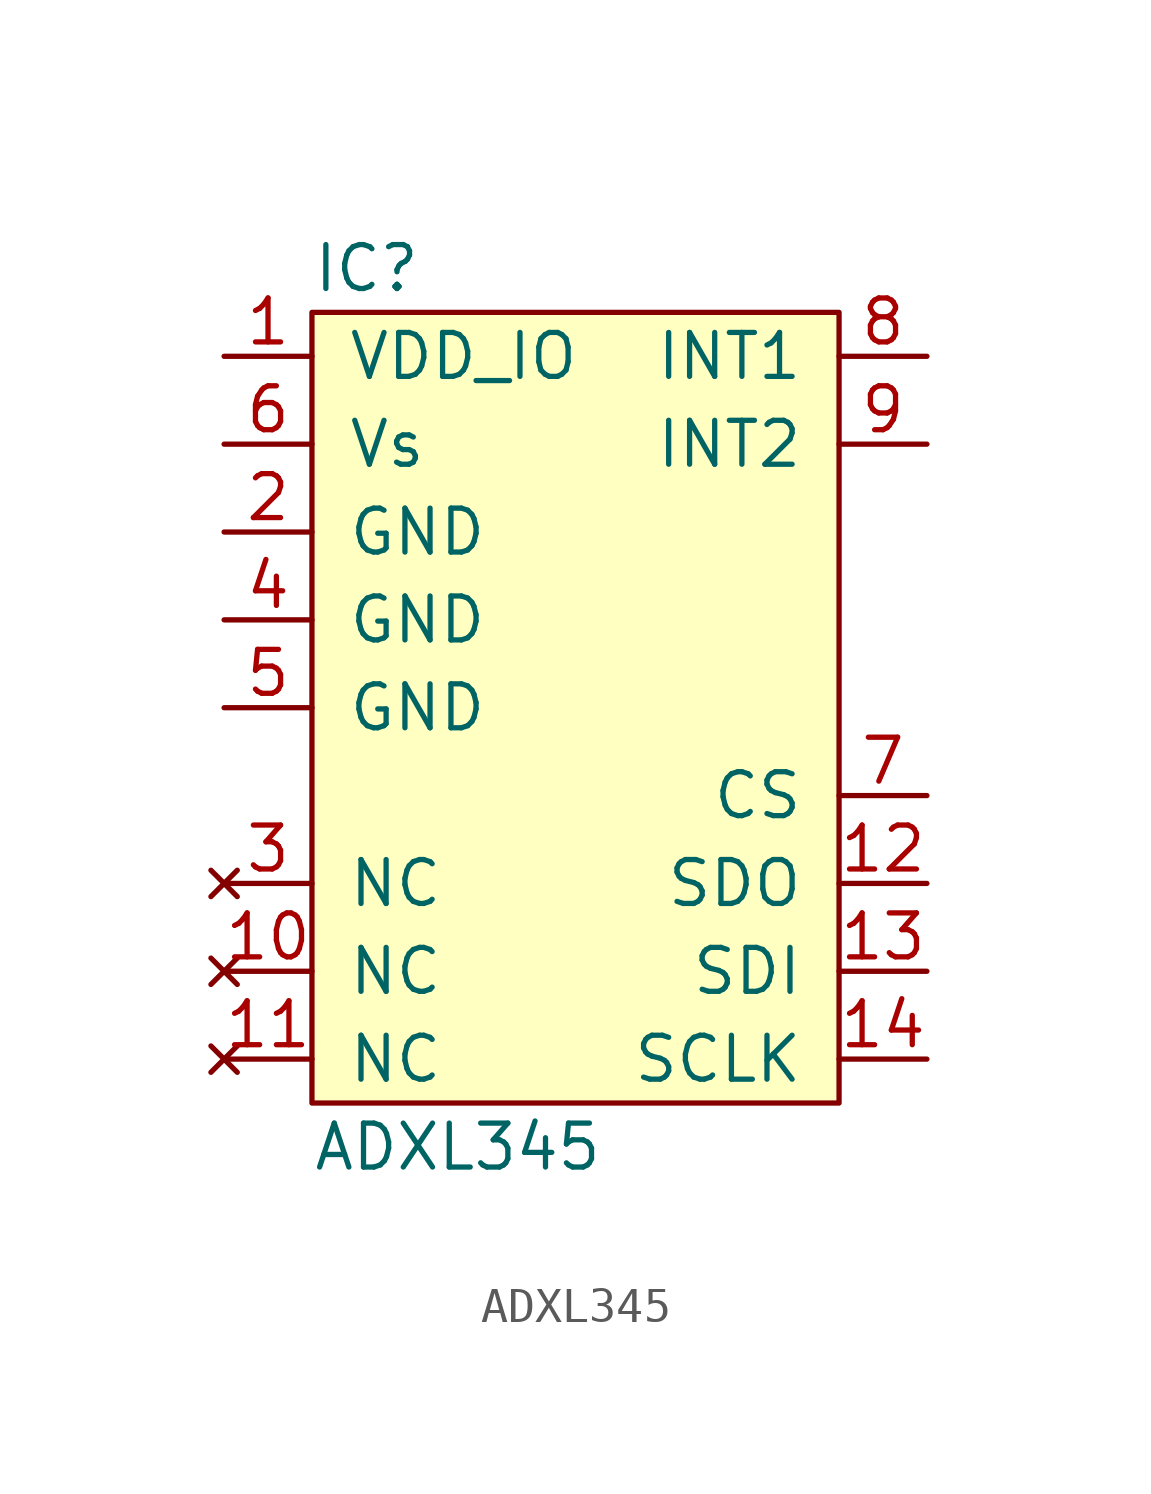
<source format=kicad_sym>
(kicad_symbol_lib
  (version 20211014)
  (generator kicad_symbol_editor)
  (symbol "ADXL345"
    (pin_names
      (offset 1.016))
    (property "Reference" "IC"
      (at -7.62 10.16 0)
      (effects (font (size 1.27 1.27)) (justify left)))
    (property "Value" "ADXL345"
      (at -7.62 -15.24 0)
      (effects (font (size 1.27 1.27)) (justify left)))
    (symbol "ADXL345_0_1"
      (rectangle (start 7.62 8.89) (end -7.62 -13.97) (stroke (width 0) (type default) (color 0 0 0 0)) (fill (type background))))
    (symbol "ADXL345_1_1"
      (pin power_in line (at -10.16 7.62 0) (length 2.54) (name "VDD_IO" (effects (font (size 1.27 1.27)))) (number "1" (effects (font (size 1.27 1.27)))))
      (pin no_connect line (at -10.16 -10.16 0) (length 2.54) (name "NC" (effects (font (size 1.27 1.27)))) (number "10" (effects (font (size 1.27 1.27)))))
      (pin no_connect line (at -10.16 -12.7 0) (length 2.54) (name "NC" (effects (font (size 1.27 1.27)))) (number "11" (effects (font (size 1.27 1.27)))))
      (pin output line (at 10.16 -7.62 180) (length 2.54) (name "SDO" (effects (font (size 1.27 1.27)))) (number "12" (effects (font (size 1.27 1.27)))))
      (pin input line (at 10.16 -10.16 180) (length 2.54) (name "SDI" (effects (font (size 1.27 1.27)))) (number "13" (effects (font (size 1.27 1.27)))))
      (pin input line (at 10.16 -12.7 180) (length 2.54) (name "SCLK" (effects (font (size 1.27 1.27)))) (number "14" (effects (font (size 1.27 1.27)))))
      (pin power_in line (at -10.16 2.54 0) (length 2.54) (name "GND" (effects (font (size 1.27 1.27)))) (number "2" (effects (font (size 1.27 1.27)))))
      (pin no_connect line (at -10.16 -7.62 0) (length 2.54) (name "NC" (effects (font (size 1.27 1.27)))) (number "3" (effects (font (size 1.27 1.27)))))
      (pin power_in line (at -10.16 0 0) (length 2.54) (name "GND" (effects (font (size 1.27 1.27)))) (number "4" (effects (font (size 1.27 1.27)))))
      (pin power_in line (at -10.16 -2.54 0) (length 2.54) (name "GND" (effects (font (size 1.27 1.27)))) (number "5" (effects (font (size 1.27 1.27)))))
      (pin power_in line (at -10.16 5.08 0) (length 2.54) (name "Vs" (effects (font (size 1.27 1.27)))) (number "6" (effects (font (size 1.27 1.27)))))
      (pin input line (at 10.16 -5.08 180) (length 2.54) (name "CS" (effects (font (size 1.27 1.27)))) (number "7" (effects (font (size 1.27 1.27)))))
      (pin output line (at 10.16 7.62 180) (length 2.54) (name "INT1" (effects (font (size 1.27 1.27)))) (number "8" (effects (font (size 1.27 1.27)))))
      (pin output line (at 10.16 5.08 180) (length 2.54) (name "INT2" (effects (font (size 1.27 1.27)))) (number "9" (effects (font (size 1.27 1.27))))))))
</source>
